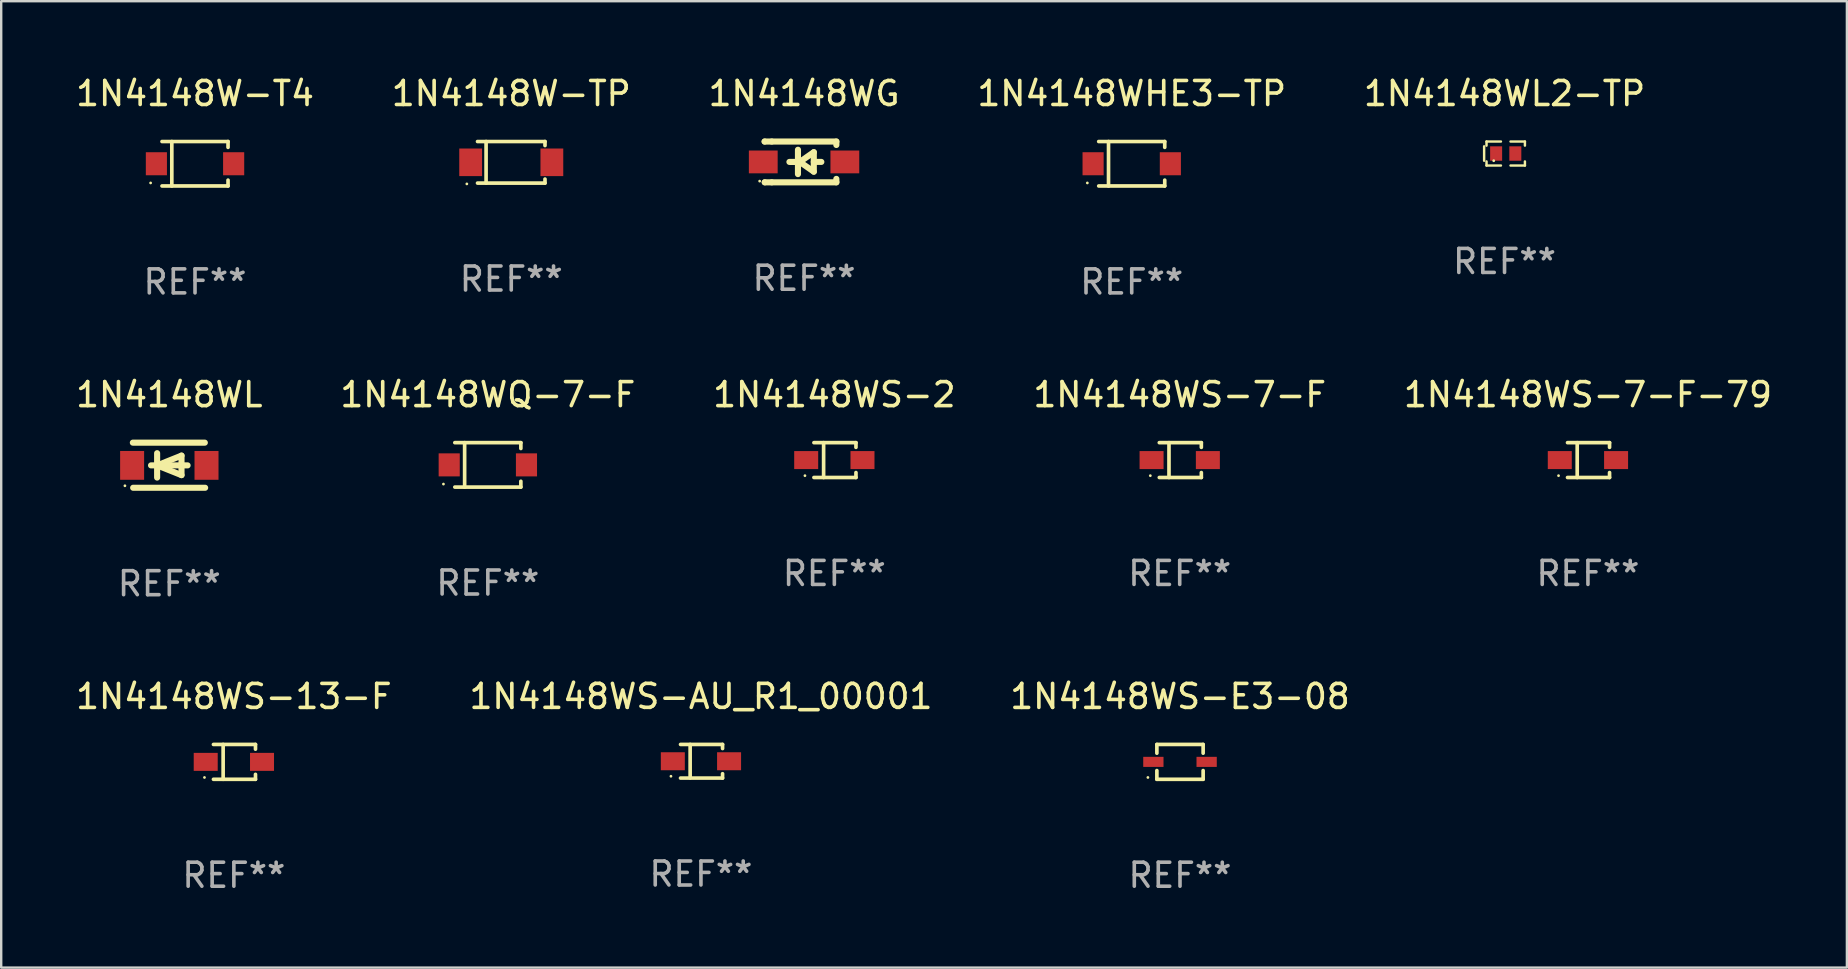
<source format=kicad_pcb>
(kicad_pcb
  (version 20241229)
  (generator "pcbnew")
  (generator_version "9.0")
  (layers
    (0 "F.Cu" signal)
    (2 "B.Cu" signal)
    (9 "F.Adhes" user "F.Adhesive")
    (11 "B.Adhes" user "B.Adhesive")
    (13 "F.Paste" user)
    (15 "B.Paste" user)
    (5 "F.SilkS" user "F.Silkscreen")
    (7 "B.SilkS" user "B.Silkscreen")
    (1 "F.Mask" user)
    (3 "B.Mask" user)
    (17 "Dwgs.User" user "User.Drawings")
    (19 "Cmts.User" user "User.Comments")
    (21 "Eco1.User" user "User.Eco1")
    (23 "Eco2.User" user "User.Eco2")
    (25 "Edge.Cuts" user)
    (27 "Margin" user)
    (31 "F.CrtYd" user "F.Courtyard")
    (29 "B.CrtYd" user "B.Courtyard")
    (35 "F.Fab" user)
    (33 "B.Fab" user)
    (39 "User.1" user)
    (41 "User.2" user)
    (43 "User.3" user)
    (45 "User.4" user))
  (footprint "1N4148WS-7-F-79"
    (layer "F.Cu")
    (at 63.125 16.123)
    (property "Reference" "1N4148WS-7-F-79" (at 0 -2.726 0) (layer "F.SilkS") (effects (font (size 1 1) (thickness 0.15))))
    (attr through_hole)
    (fp_line (start -0.851 -0.726) (end 0.901 -0.726) (stroke (width 0.152) (type solid)) (layer "F.SilkS"))
    (fp_line (start -0.851 0.726) (end 0.901 0.726) (stroke (width 0.152) (type solid)) (layer "F.SilkS"))
    (fp_line (start -0.447 -0.726) (end -0.447 0.726) (stroke (width 0.152) (type solid)) (layer "F.SilkS"))
    (fp_line (start 0.901 -0.726) (end 0.901 -0.53) (stroke (width 0.152) (type solid)) (layer "F.SilkS"))
    (fp_line (start 0.901 0.726) (end 0.901 0.52) (stroke (width 0.152) (type solid)) (layer "F.SilkS"))
    (fp_circle (center -1.225 0.65) (end -1.195 0.65) (stroke (width 0.06) (type solid)) (fill no) (layer "F.SilkS"))
    (fp_text user "REF**" (at 0 4.726 0) (layer "F.Fab") (effects (font (size 1 1) (thickness 0.15))))
    (pad "1" smd rect (at -1.173 0) (size 1 0.75) (layers "F.Cu" "F.Mask" "F.Paste"))
    (pad "2" smd rect (at 1.173 0) (size 1 0.75) (layers "F.Cu" "F.Mask" "F.Paste")))
  (footprint "1N4148WS-E3-08"
    (layer "F.Cu")
    (at 46.125 28.7)
    (property "Reference" "1N4148WS-E3-08" (at 0 -2.726 0) (layer "F.SilkS") (effects (font (size 1 1) (thickness 0.15))))
    (attr through_hole)
    (fp_line (start -0.964 -0.726) (end 0.964 -0.726) (stroke (width 0.152) (type solid)) (layer "F.SilkS"))
    (fp_line (start -0.964 -0.362) (end -0.964 -0.726) (stroke (width 0.152) (type solid)) (layer "F.SilkS"))
    (fp_line (start -0.964 0.362) (end -0.964 0.726) (stroke (width 0.152) (type solid)) (layer "F.SilkS"))
    (fp_line (start -0.964 0.726) (end 0.964 0.726) (stroke (width 0.152) (type solid)) (layer "F.SilkS"))
    (fp_line (start 0.964 -0.362) (end 0.964 -0.726) (stroke (width 0.152) (type solid)) (layer "F.SilkS"))
    (fp_line (start 0.964 0.362) (end 0.964 0.726) (stroke (width 0.152) (type solid)) (layer "F.SilkS"))
    (fp_circle (center -1.338 0.65) (end -1.308 0.65) (stroke (width 0.06) (type solid)) (fill no) (layer "F.SilkS"))
    (fp_text user "REF**" (at 0 4.726 0) (layer "F.Fab") (effects (font (size 1 1) (thickness 0.15))))
    (pad "1" smd rect (at -1.11 -0.000114) (size 0.845 0.42) (layers "F.Cu" "F.Mask" "F.Paste"))
    (pad "2" smd rect (at 1.11 -0.000114) (size 0.845 0.42) (layers "F.Cu" "F.Mask" "F.Paste")))
  (footprint "1N4148W-T4"
    (layer "F.Cu")
    (at 5.077 3.774)
    (property "Reference" "1N4148W-T4" (at 0 -2.926 0) (layer "F.SilkS") (effects (font (size 1 1) (thickness 0.15))))
    (attr through_hole)
    (fp_line (start -1.376 -0.926) (end 1.376 -0.926) (stroke (width 0.152) (type solid)) (layer "F.SilkS"))
    (fp_line (start -1.376 0.926) (end 1.376 0.926) (stroke (width 0.152) (type solid)) (layer "F.SilkS"))
    (fp_line (start -0.967 -0.926) (end -0.967 0.926) (stroke (width 0.152) (type solid)) (layer "F.SilkS"))
    (fp_line (start 1.376 -0.926) (end 1.376 -0.683) (stroke (width 0.152) (type solid)) (layer "F.SilkS"))
    (fp_line (start 1.376 0.926) (end 1.376 0.683) (stroke (width 0.152) (type solid)) (layer "F.SilkS"))
    (fp_circle (center -1.85 0.8) (end -1.82 0.8) (stroke (width 0.06) (type solid)) (fill no) (layer "F.SilkS"))
    (fp_text user "REF**" (at 0 4.926 0) (layer "F.Fab") (effects (font (size 1 1) (thickness 0.15))))
    (pad "1" smd rect (at -1.61 0) (size 0.88 0.96) (layers "F.Cu" "F.Mask" "F.Paste"))
    (pad "2" smd rect (at 1.61 0) (size 0.88 0.96) (layers "F.Cu" "F.Mask" "F.Paste")))
  (footprint "1N4148W-TP"
    (layer "F.Cu")
    (at 18.256 3.714)
    (property "Reference" "1N4148W-TP" (at 0 -2.866 0) (layer "F.SilkS") (effects (font (size 1 1) (thickness 0.15))))
    (attr through_hole)
    (fp_line (start -1.406 -0.866) (end 1.406 -0.866) (stroke (width 0.152) (type solid)) (layer "F.SilkS"))
    (fp_line (start -1.406 0.866) (end 1.406 0.866) (stroke (width 0.152) (type solid)) (layer "F.SilkS"))
    (fp_line (start -1.049 -0.866) (end -1.049 0.866) (stroke (width 0.152) (type solid)) (layer "F.SilkS"))
    (fp_line (start 1.406 -0.866) (end 1.406 -0.698) (stroke (width 0.152) (type solid)) (layer "F.SilkS"))
    (fp_line (start 1.406 0.866) (end 1.406 0.698) (stroke (width 0.152) (type solid)) (layer "F.SilkS"))
    (fp_circle (center -1.851 0.9) (end -1.821 0.9) (stroke (width 0.06) (type solid)) (fill no) (layer "F.SilkS"))
    (fp_text user "REF**" (at 0 4.866 0) (layer "F.Fab") (effects (font (size 1 1) (thickness 0.15))))
    (pad "1" smd rect (at -1.692 0) (size 0.95 1.15) (layers "F.Cu" "F.Mask" "F.Paste"))
    (pad "2" smd rect (at 1.692 0) (size 0.95 1.15) (layers "F.Cu" "F.Mask" "F.Paste")))
  (footprint "1N4148WG"
    (layer "F.Cu")
    (at 30.458 3.698)
    (property "Reference" "1N4148WG" (at 0 -2.85 0) (layer "F.SilkS") (effects (font (size 1 1) (thickness 0.15))))
    (attr through_hole)
    (fp_line (start -1.643 -0.85) (end -1.644 -0.849) (stroke (width 0.254) (type solid)) (layer "F.SilkS"))
    (fp_line (start -1.638 0.85) (end -1.639 0.849) (stroke (width 0.254) (type solid)) (layer "F.SilkS"))
    (fp_line (start -1.346 -0.85) (end -1.643 -0.85) (stroke (width 0.254) (type solid)) (layer "F.SilkS"))
    (fp_line (start -1.346 -0.85) (end 1.346 -0.85) (stroke (width 0.254) (type solid)) (layer "F.SilkS"))
    (fp_line (start -1.346 0.85) (end -1.638 0.85) (stroke (width 0.254) (type solid)) (layer "F.SilkS"))
    (fp_line (start -0.28 0) (end -0.61 0) (stroke (width 0.254) (type solid)) (layer "F.SilkS"))
    (fp_line (start -0.254 -0.508) (end -0.254 0.508) (stroke (width 0.254) (type solid)) (layer "F.SilkS"))
    (fp_line (start -0.178 0) (end 0.406 -0.406) (stroke (width 0.254) (type solid)) (layer "F.SilkS"))
    (fp_line (start 0.406 -0.406) (end 0.406 0.406) (stroke (width 0.254) (type solid)) (layer "F.SilkS"))
    (fp_line (start 0.406 -0.000254) (end 0.72 -0.000254) (stroke (width 0.254) (type solid)) (layer "F.SilkS"))
    (fp_line (start 0.406 0.406) (end -0.178 0) (stroke (width 0.254) (type solid)) (layer "F.SilkS"))
    (fp_line (start 1.346 -0.85) (end 1.346 -0.706) (stroke (width 0.254) (type solid)) (layer "F.SilkS"))
    (fp_line (start 1.346 0.706) (end 1.346 0.85) (stroke (width 0.254) (type solid)) (layer "F.SilkS"))
    (fp_line (start 1.346 0.85) (end -1.346 0.85) (stroke (width 0.254) (type solid)) (layer "F.SilkS"))
    (fp_circle (center -1.85 0.8) (end -1.82 0.8) (stroke (width 0.06) (type solid)) (fill no) (layer "F.SilkS"))
    (fp_text user "REF**" (at 0 4.85 0) (layer "F.Fab") (effects (font (size 1 1) (thickness 0.15))))
    (pad "1" smd rect (at -1.7 0) (size 1.2 0.95) (layers "F.Cu" "F.Mask" "F.Paste"))
    (pad "2" smd rect (at 1.7 0) (size 1.2 0.95) (layers "F.Cu" "F.Mask" "F.Paste")))
  (footprint "1N4148WS-13-F"
    (layer "F.Cu")
    (at 6.696 28.7)
    (property "Reference" "1N4148WS-13-F" (at 0 -2.726 0) (layer "F.SilkS") (effects (font (size 1 1) (thickness 0.15))))
    (attr through_hole)
    (fp_line (start -0.851 -0.726) (end 0.901 -0.726) (stroke (width 0.152) (type solid)) (layer "F.SilkS"))
    (fp_line (start -0.851 0.726) (end 0.901 0.726) (stroke (width 0.152) (type solid)) (layer "F.SilkS"))
    (fp_line (start -0.447 -0.726) (end -0.447 0.726) (stroke (width 0.152) (type solid)) (layer "F.SilkS"))
    (fp_line (start 0.901 -0.726) (end 0.901 -0.53) (stroke (width 0.152) (type solid)) (layer "F.SilkS"))
    (fp_line (start 0.901 0.726) (end 0.901 0.52) (stroke (width 0.152) (type solid)) (layer "F.SilkS"))
    (fp_circle (center -1.225 0.65) (end -1.195 0.65) (stroke (width 0.06) (type solid)) (fill no) (layer "F.SilkS"))
    (fp_text user "REF**" (at 0 4.726 0) (layer "F.Fab") (effects (font (size 1 1) (thickness 0.15))))
    (pad "1" smd rect (at -1.173 0) (size 1 0.75) (layers "F.Cu" "F.Mask" "F.Paste"))
    (pad "2" smd rect (at 1.173 0) (size 1 0.75) (layers "F.Cu" "F.Mask" "F.Paste")))
  (footprint "1N4148WL"
    (layer "F.Cu")
    (at 4.006 16.337)
    (property "Reference" "1N4148WL" (at 0 -2.94 0) (layer "F.SilkS") (effects (font (size 1 1) (thickness 0.15))))
    (attr through_hole)
    (fp_line (start -1.52 -0.94) (end 1.48 -0.94) (stroke (width 0.254) (type solid)) (layer "F.SilkS"))
    (fp_line (start -1.507 0.94) (end 1.493 0.94) (stroke (width 0.254) (type solid)) (layer "F.SilkS"))
    (fp_line (start -0.762 0.007) (end 0.762 0.007) (stroke (width 0.254) (type solid)) (layer "F.SilkS"))
    (fp_line (start -0.508 -0.501) (end -0.508 0.515) (stroke (width 0.254) (type solid)) (layer "F.SilkS"))
    (fp_line (start -0.508 0.007) (end 0.508 -0.4) (stroke (width 0.254) (type solid)) (layer "F.SilkS"))
    (fp_line (start 0.508 -0.4) (end 0.508 0.413) (stroke (width 0.254) (type solid)) (layer "F.SilkS"))
    (fp_line (start 0.508 0.413) (end -0.508 0.007) (stroke (width 0.254) (type solid)) (layer "F.SilkS"))
    (fp_circle (center -1.85 0.857) (end -1.82 0.857) (stroke (width 0.06) (type solid)) (fill no) (layer "F.SilkS"))
    (fp_text user "REF**" (at 0 4.94 0) (layer "F.Fab") (effects (font (size 1 1) (thickness 0.15))))
    (pad "1" smd rect (at -1.55 0.007) (size 1 1.2) (layers "F.Cu" "F.Mask" "F.Paste"))
    (pad "2" smd rect (at 1.55 0.007) (size 1 1.2) (layers "F.Cu" "F.Mask" "F.Paste")))
  (footprint "1N4148WHE3-TP"
    (layer "F.Cu")
    (at 44.113 3.774)
    (property "Reference" "1N4148WHE3-TP" (at 0 -2.926 0) (layer "F.SilkS") (effects (font (size 1 1) (thickness 0.15))))
    (attr through_hole)
    (fp_line (start -1.376 -0.926) (end 1.376 -0.926) (stroke (width 0.152) (type solid)) (layer "F.SilkS"))
    (fp_line (start -1.376 0.926) (end 1.376 0.926) (stroke (width 0.152) (type solid)) (layer "F.SilkS"))
    (fp_line (start -0.967 -0.926) (end -0.967 0.926) (stroke (width 0.152) (type solid)) (layer "F.SilkS"))
    (fp_line (start 1.376 -0.926) (end 1.376 -0.683) (stroke (width 0.152) (type solid)) (layer "F.SilkS"))
    (fp_line (start 1.376 0.926) (end 1.376 0.683) (stroke (width 0.152) (type solid)) (layer "F.SilkS"))
    (fp_circle (center -1.85 0.8) (end -1.82 0.8) (stroke (width 0.06) (type solid)) (fill no) (layer "F.SilkS"))
    (fp_text user "REF**" (at 0 4.926 0) (layer "F.Fab") (effects (font (size 1 1) (thickness 0.15))))
    (pad "1" smd rect (at -1.61 0) (size 0.88 0.96) (layers "F.Cu" "F.Mask" "F.Paste"))
    (pad "2" smd rect (at 1.61 0) (size 0.88 0.96) (layers "F.Cu" "F.Mask" "F.Paste")))
  (footprint "1N4148WL2-TP"
    (layer "F.Cu")
    (at 59.649 3.348)
    (property "Reference" "1N4148WL2-TP" (at 0 -2.5 0) (layer "F.SilkS") (effects (font (size 1 1) (thickness 0.15))))
    (attr through_hole)
    (fp_line (start -0.85 -0.3) (end -0.85 0.3) (stroke (width 0.102) (type solid)) (layer "F.SilkS"))
    (fp_line (start -0.75 -0.5) (end -0.75 -0.329) (stroke (width 0.102) (type solid)) (layer "F.SilkS"))
    (fp_line (start -0.75 0.329) (end -0.75 0.5) (stroke (width 0.102) (type solid)) (layer "F.SilkS"))
    (fp_line (start -0.75 0.5) (end -0.15 0.5) (stroke (width 0.102) (type solid)) (layer "F.SilkS"))
    (fp_line (start -0.15 -0.5) (end -0.75 -0.5) (stroke (width 0.102) (type solid)) (layer "F.SilkS"))
    (fp_line (start 0.25 -0.5) (end 0.85 -0.5) (stroke (width 0.102) (type solid)) (layer "F.SilkS"))
    (fp_line (start 0.85 -0.5) (end 0.85 -0.33) (stroke (width 0.102) (type solid)) (layer "F.SilkS"))
    (fp_line (start 0.85 0.33) (end 0.85 0.5) (stroke (width 0.102) (type solid)) (layer "F.SilkS"))
    (fp_line (start 0.85 0.5) (end 0.25 0.5) (stroke (width 0.102) (type solid)) (layer "F.SilkS"))
    (fp_circle (center -0.45 0.3) (end -0.42 0.3) (stroke (width 0.06) (type solid)) (fill no) (layer "F.SilkS"))
    (fp_text user "REF**" (at 0 4.5 0) (layer "F.Fab") (effects (font (size 1 1) (thickness 0.15))))
    (pad "1" smd rect (at -0.35 0) (size 0.5 0.6) (layers "F.Cu" "F.Mask" "F.Paste"))
    (pad "2" smd rect (at 0.45 0) (size 0.5 0.6) (layers "F.Cu" "F.Mask" "F.Paste")))
  (footprint "1N4148WS-2"
    (layer "F.Cu")
    (at 31.72 16.123)
    (property "Reference" "1N4148WS-2" (at 0 -2.726 0) (layer "F.SilkS") (effects (font (size 1 1) (thickness 0.15))))
    (attr through_hole)
    (fp_line (start -0.851 -0.726) (end 0.901 -0.726) (stroke (width 0.152) (type solid)) (layer "F.SilkS"))
    (fp_line (start -0.851 0.726) (end 0.901 0.726) (stroke (width 0.152) (type solid)) (layer "F.SilkS"))
    (fp_line (start -0.447 -0.726) (end -0.447 0.726) (stroke (width 0.152) (type solid)) (layer "F.SilkS"))
    (fp_line (start 0.901 -0.726) (end 0.901 -0.53) (stroke (width 0.152) (type solid)) (layer "F.SilkS"))
    (fp_line (start 0.901 0.726) (end 0.901 0.52) (stroke (width 0.152) (type solid)) (layer "F.SilkS"))
    (fp_circle (center -1.225 0.65) (end -1.195 0.65) (stroke (width 0.06) (type solid)) (fill no) (layer "F.SilkS"))
    (fp_text user "REF**" (at 0 4.726 0) (layer "F.Fab") (effects (font (size 1 1) (thickness 0.15))))
    (pad "1" smd rect (at -1.173 0) (size 1 0.75) (layers "F.Cu" "F.Mask" "F.Paste"))
    (pad "2" smd rect (at 1.173 0) (size 1 0.75) (layers "F.Cu" "F.Mask" "F.Paste")))
  (footprint "1N4148WS-AU_R1_00001"
    (layer "F.Cu")
    (at 26.161 28.674)
    (property "Reference" "1N4148WS-AU_R1_00001" (at 0 -2.701 0) (layer "F.SilkS") (effects (font (size 1 1) (thickness 0.15))))
    (attr through_hole)
    (fp_line (start -0.851 -0.701) (end 0.901 -0.701) (stroke (width 0.152) (type solid)) (layer "F.SilkS"))
    (fp_line (start -0.851 0.701) (end 0.901 0.701) (stroke (width 0.152) (type solid)) (layer "F.SilkS"))
    (fp_line (start -0.45 -0.7) (end -0.45 0.69) (stroke (width 0.152) (type solid)) (layer "F.SilkS"))
    (fp_line (start 0.9 -0.7) (end 0.901 -0.53) (stroke (width 0.152) (type solid)) (layer "F.SilkS"))
    (fp_line (start 0.9 0.7) (end 0.901 0.52) (stroke (width 0.152) (type solid)) (layer "F.SilkS"))
    (fp_circle (center -1.25 0.625) (end -1.22 0.625) (stroke (width 0.06) (type solid)) (fill no) (layer "F.SilkS"))
    (fp_text user "REF**" (at 0 4.701 0) (layer "F.Fab") (effects (font (size 1 1) (thickness 0.15))))
    (pad "1" smd rect (at -1.172 -0.000102) (size 1 0.75) (layers "F.Cu" "F.Mask" "F.Paste"))
    (pad "2" smd rect (at 1.172 -0.000102) (size 1 0.75) (layers "F.Cu" "F.Mask" "F.Paste")))
  (footprint "1N4148WS-7-F"
    (layer "F.Cu")
    (at 46.113 16.123)
    (property "Reference" "1N4148WS-7-F" (at 0 -2.726 0) (layer "F.SilkS") (effects (font (size 1 1) (thickness 0.15))))
    (attr through_hole)
    (fp_line (start -0.851 -0.726) (end 0.901 -0.726) (stroke (width 0.152) (type solid)) (layer "F.SilkS"))
    (fp_line (start -0.851 0.726) (end 0.901 0.726) (stroke (width 0.152) (type solid)) (layer "F.SilkS"))
    (fp_line (start -0.447 -0.726) (end -0.447 0.726) (stroke (width 0.152) (type solid)) (layer "F.SilkS"))
    (fp_line (start 0.901 -0.726) (end 0.901 -0.53) (stroke (width 0.152) (type solid)) (layer "F.SilkS"))
    (fp_line (start 0.901 0.726) (end 0.901 0.52) (stroke (width 0.152) (type solid)) (layer "F.SilkS"))
    (fp_circle (center -1.225 0.65) (end -1.195 0.65) (stroke (width 0.06) (type solid)) (fill no) (layer "F.SilkS"))
    (fp_text user "REF**" (at 0 4.726 0) (layer "F.Fab") (effects (font (size 1 1) (thickness 0.15))))
    (pad "1" smd rect (at -1.173 0) (size 1 0.75) (layers "F.Cu" "F.Mask" "F.Paste"))
    (pad "2" smd rect (at 1.173 0) (size 1 0.75) (layers "F.Cu" "F.Mask" "F.Paste")))
  (footprint "1N4148WQ-7-F"
    (layer "F.Cu")
    (at 17.28 16.323)
    (property "Reference" "1N4148WQ-7-F" (at 0 -2.926 0) (layer "F.SilkS") (effects (font (size 1 1) (thickness 0.15))))
    (attr through_hole)
    (fp_line (start -1.376 -0.926) (end 1.376 -0.926) (stroke (width 0.152) (type solid)) (layer "F.SilkS"))
    (fp_line (start -1.376 0.926) (end 1.376 0.926) (stroke (width 0.152) (type solid)) (layer "F.SilkS"))
    (fp_line (start -0.967 -0.926) (end -0.967 0.926) (stroke (width 0.152) (type solid)) (layer "F.SilkS"))
    (fp_line (start 1.376 -0.926) (end 1.376 -0.683) (stroke (width 0.152) (type solid)) (layer "F.SilkS"))
    (fp_line (start 1.376 0.926) (end 1.376 0.683) (stroke (width 0.152) (type solid)) (layer "F.SilkS"))
    (fp_circle (center -1.85 0.8) (end -1.82 0.8) (stroke (width 0.06) (type solid)) (fill no) (layer "F.SilkS"))
    (fp_text user "REF**" (at 0 4.926 0) (layer "F.Fab") (effects (font (size 1 1) (thickness 0.15))))
    (pad "1" smd rect (at -1.61 0) (size 0.88 0.96) (layers "F.Cu" "F.Mask" "F.Paste"))
    (pad "2" smd rect (at 1.61 0) (size 0.88 0.96) (layers "F.Cu" "F.Mask" "F.Paste")))
  (gr_rect
    (start -3 -3)
    (end 73.917 37.274)
    (stroke (width 0.1) (type default))
    (fill no)
    (layer "Edge.Cuts")))
</source>
